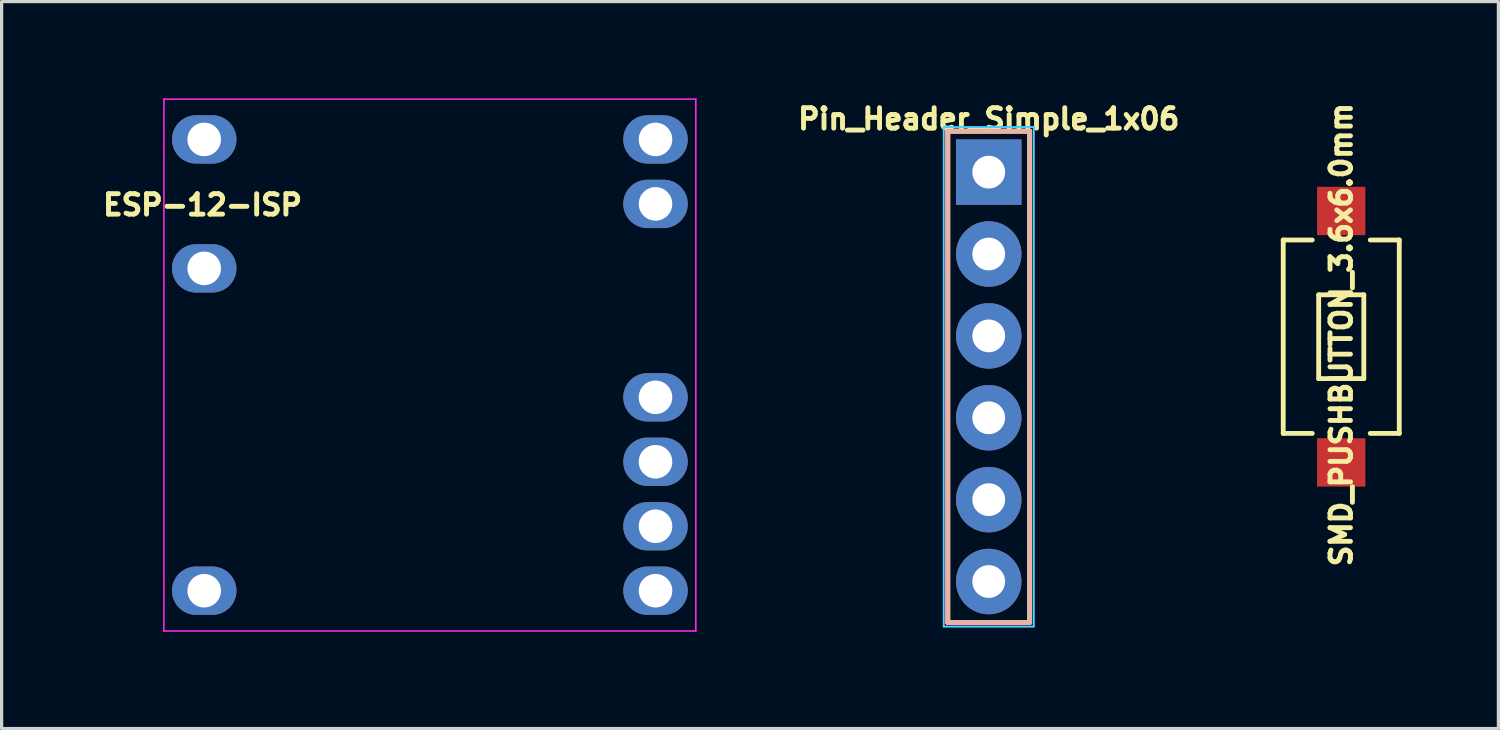
<source format=kicad_pcb>
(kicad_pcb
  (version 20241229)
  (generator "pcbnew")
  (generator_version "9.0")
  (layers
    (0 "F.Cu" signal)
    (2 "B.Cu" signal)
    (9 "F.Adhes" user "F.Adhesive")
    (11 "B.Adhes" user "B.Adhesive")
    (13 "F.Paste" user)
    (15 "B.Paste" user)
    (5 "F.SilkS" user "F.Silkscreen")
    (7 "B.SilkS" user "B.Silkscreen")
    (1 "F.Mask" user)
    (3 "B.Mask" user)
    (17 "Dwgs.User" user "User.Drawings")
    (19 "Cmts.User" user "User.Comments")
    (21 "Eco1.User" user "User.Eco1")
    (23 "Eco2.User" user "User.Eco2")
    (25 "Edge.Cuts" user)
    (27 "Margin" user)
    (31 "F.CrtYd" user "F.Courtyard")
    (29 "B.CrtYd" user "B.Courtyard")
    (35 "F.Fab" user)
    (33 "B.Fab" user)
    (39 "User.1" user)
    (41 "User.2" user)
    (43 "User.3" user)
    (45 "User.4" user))
  (footprint "Pin_Header_Simple_1x06"
    (layer "F.Cu")
    (at 27.622 2.29)
    (property "Reference" "Pin_Header_Simple_1x06" (at 0 -1.651 0) (layer "F.SilkS") (effects (font (size 0.635 0.635) (thickness 0.152))))
    (attr through_hole)
    (fp_line (start -1.27 -1.27) (end -1.27 13.97) (stroke (width 0.152) (type solid)) (layer "F.SilkS"))
    (fp_line (start -1.27 13.97) (end 1.27 13.97) (stroke (width 0.152) (type solid)) (layer "F.SilkS"))
    (fp_line (start 1.27 -1.27) (end -1.27 -1.27) (stroke (width 0.152) (type solid)) (layer "F.SilkS"))
    (fp_line (start 1.27 13.97) (end 1.27 -1.27) (stroke (width 0.152) (type solid)) (layer "F.SilkS"))
    (fp_line (start -1.27 -1.27) (end -1.27 13.97) (stroke (width 0.152) (type solid)) (layer "B.SilkS"))
    (fp_line (start -1.27 13.97) (end 1.27 13.97) (stroke (width 0.152) (type solid)) (layer "B.SilkS"))
    (fp_line (start 1.27 -1.27) (end -1.27 -1.27) (stroke (width 0.152) (type solid)) (layer "B.SilkS"))
    (fp_line (start 1.27 13.97) (end 1.27 -1.27) (stroke (width 0.152) (type solid)) (layer "B.SilkS"))
    (fp_line (start -1.397 -1.397) (end 1.397 -1.397) (stroke (width 0.051) (type solid)) (layer "B.CrtYd"))
    (fp_line (start -1.397 14.097) (end -1.397 -1.397) (stroke (width 0.051) (type solid)) (layer "B.CrtYd"))
    (fp_line (start 1.397 -1.397) (end 1.397 14.097) (stroke (width 0.051) (type solid)) (layer "B.CrtYd"))
    (fp_line (start 1.397 14.097) (end -1.397 14.097) (stroke (width 0.051) (type solid)) (layer "B.CrtYd"))
    (fp_line (start -1.397 -1.397) (end -1.397 14.097) (stroke (width 0.051) (type solid)) (layer "F.CrtYd"))
    (fp_line (start -1.397 -1.397) (end 1.397 -1.397) (stroke (width 0.051) (type solid)) (layer "F.CrtYd"))
    (fp_line (start 1.397 14.097) (end -1.397 14.097) (stroke (width 0.051) (type solid)) (layer "F.CrtYd"))
    (fp_line (start 1.397 14.097) (end 1.397 -1.397) (stroke (width 0.051) (type solid)) (layer "F.CrtYd"))
    (pad "1" thru_hole rect (at 0 0) (size 2.032 2.032) (drill 1.016) (layers "*.Cu" "*.Mask"))
    (pad "2" thru_hole oval (at 0 2.54) (size 2.032 2.032) (drill 1.016) (layers "*.Cu" "*.Mask"))
    (pad "3" thru_hole oval (at 0 5.08) (size 2.032 2.032) (drill 1.016) (layers "*.Cu" "*.Mask"))
    (pad "4" thru_hole oval (at 0 7.62) (size 2.032 2.032) (drill 1.016) (layers "*.Cu" "*.Mask"))
    (pad "5" thru_hole oval (at 0 10.16) (size 2.032 2.032) (drill 1.016) (layers "*.Cu" "*.Mask"))
    (pad "6" thru_hole oval (at 0 12.7) (size 2.032 2.032) (drill 1.016) (layers "*.Cu" "*.Mask")))
  (footprint "SMD_PUSHBUTTON_3.6x6.0mm"
    (layer "F.Cu")
    (at 38.558 7.395)
    (property "Reference" "SMD_PUSHBUTTON_3.6x6.0mm" (at 0 -0.063 90) (layer "F.SilkS") (effects (font (size 0.635 0.635) (thickness 0.152))))
    (attr through_hole)
    (fp_line (start -1.8 -3) (end -0.9 -3) (stroke (width 0.15) (type solid)) (layer "F.SilkS"))
    (fp_line (start -1.8 3) (end -1.8 -3) (stroke (width 0.15) (type solid)) (layer "F.SilkS"))
    (fp_line (start -1.8 3) (end -0.9 3) (stroke (width 0.15) (type solid)) (layer "F.SilkS"))
    (fp_line (start -0.7 -1.3) (end -0.7 1.3) (stroke (width 0.15) (type solid)) (layer "F.SilkS"))
    (fp_line (start -0.7 -1.3) (end 0.7 -1.3) (stroke (width 0.15) (type solid)) (layer "F.SilkS"))
    (fp_line (start -0.7 1.3) (end 0.7 1.3) (stroke (width 0.15) (type solid)) (layer "F.SilkS"))
    (fp_line (start 0.7 -1.3) (end 0.7 1.3) (stroke (width 0.15) (type solid)) (layer "F.SilkS"))
    (fp_line (start 0.9 -3) (end 1.8 -3) (stroke (width 0.15) (type solid)) (layer "F.SilkS"))
    (fp_line (start 0.9 3) (end 1.8 3) (stroke (width 0.15) (type solid)) (layer "F.SilkS"))
    (fp_line (start 1.8 -3) (end 1.8 3) (stroke (width 0.15) (type solid)) (layer "F.SilkS"))
    (pad "1" smd rect (at 0 -3.9) (size 1.5 1.5) (layers "F.Cu" "F.Mask" "F.Paste"))
    (pad "2" smd rect (at 0 3.9) (size 1.5 1.5) (layers "F.Cu" "F.Mask" "F.Paste")))
  (footprint "ESP-12-ISP"
    (layer "F.Cu")
    (at 3.285 1.275)
    (property "Reference" "ESP-12-ISP" (at -0.051 2.032 0) (layer "F.SilkS") (effects (font (size 0.635 0.635) (thickness 0.152))))
    (attr through_hole)
    (fp_line (start -1.25 -1.25) (end -1.25 15.25) (stroke (width 0.05) (type solid)) (layer "F.CrtYd"))
    (fp_line (start -1.25 -1.25) (end 15.25 -1.25) (stroke (width 0.05) (type solid)) (layer "F.CrtYd"))
    (fp_line (start -1.25 15.25) (end 15.25 15.25) (stroke (width 0.05) (type solid)) (layer "F.CrtYd"))
    (fp_line (start 15.25 15.25) (end 15.25 -1.25) (stroke (width 0.05) (type solid)) (layer "F.CrtYd"))
    (pad "1" thru_hole oval (at 0 0) (size 2 1.5) (drill 1.041) (layers "*.Cu" "*.Mask"))
    (pad "3" thru_hole oval (at 0 4) (size 2 1.5) (drill 1.041) (layers "*.Cu" "*.Mask"))
    (pad "8" thru_hole oval (at 0 14) (size 2 1.5) (drill 1.041) (layers "*.Cu" "*.Mask"))
    (pad "9" thru_hole oval (at 14 14) (size 2 1.5) (drill 1.041) (layers "*.Cu" "*.Mask"))
    (pad "10" thru_hole oval (at 14 12) (size 2 1.5) (drill 1.041) (layers "*.Cu" "*.Mask"))
    (pad "11" thru_hole oval (at 14 10) (size 2 1.5) (drill 1.041) (layers "*.Cu" "*.Mask"))
    (pad "12" thru_hole oval (at 14 8) (size 2 1.5) (drill 1.041) (layers "*.Cu" "*.Mask"))
    (pad "15" thru_hole oval (at 14 2) (size 2 1.5) (drill 1.041) (layers "*.Cu" "*.Mask"))
    (pad "16" thru_hole oval (at 14 0) (size 2 1.5) (drill 1.041) (layers "*.Cu" "*.Mask")))
  (gr_rect
    (start -3 -3)
    (end 43.433 19.55)
    (stroke (width 0.1) (type default))
    (fill no)
    (layer "Edge.Cuts")))
</source>
